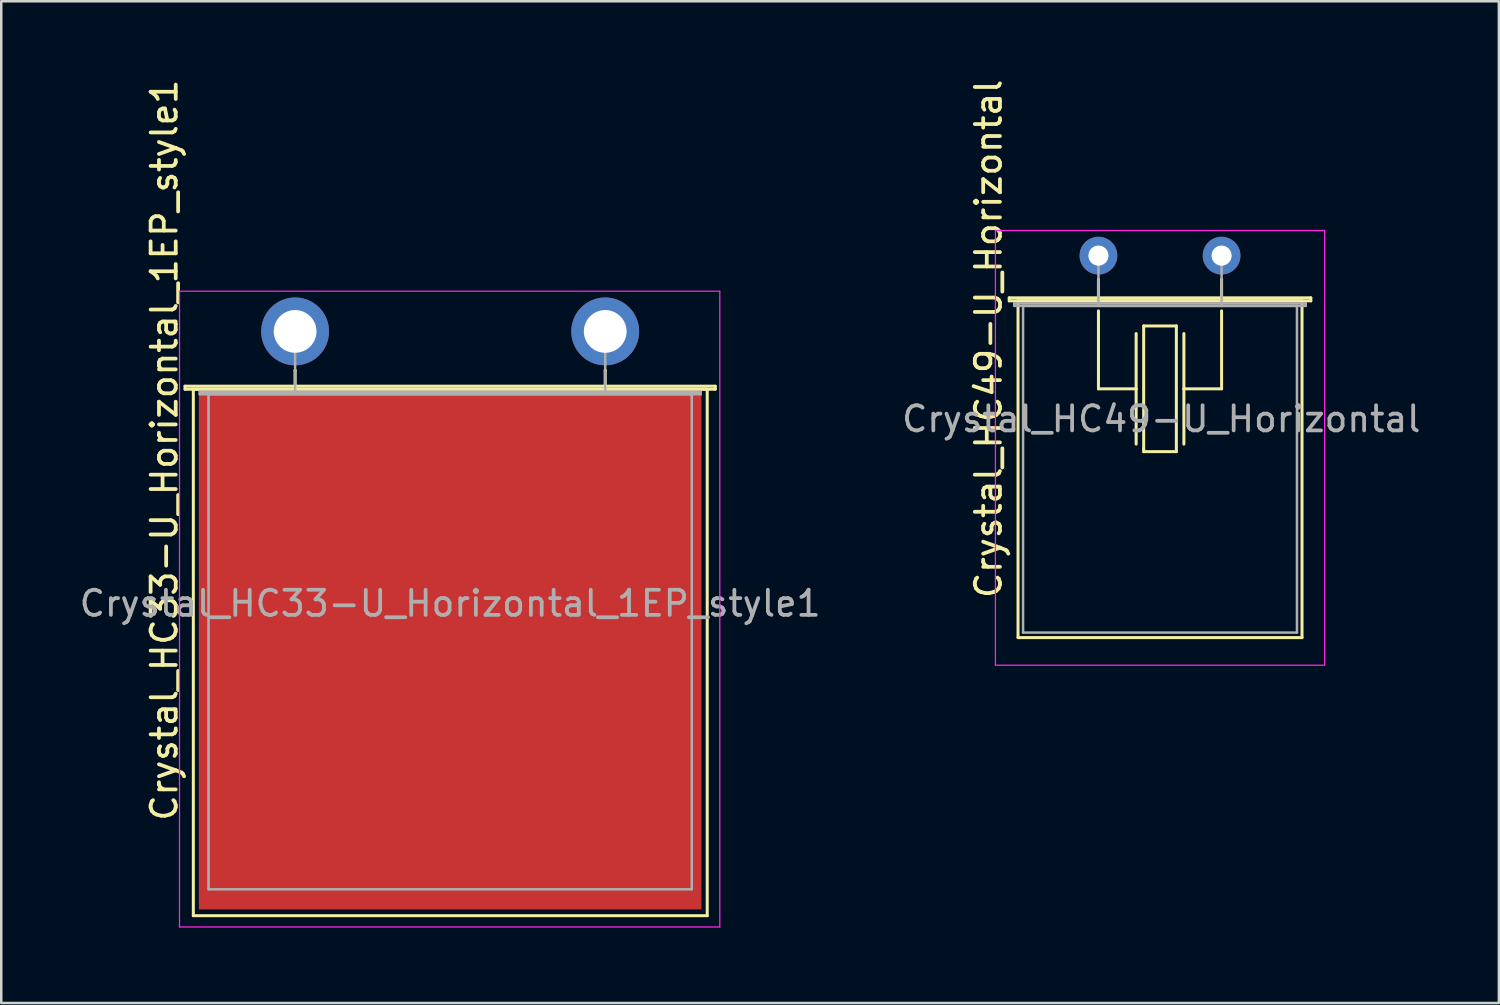
<source format=kicad_pcb>
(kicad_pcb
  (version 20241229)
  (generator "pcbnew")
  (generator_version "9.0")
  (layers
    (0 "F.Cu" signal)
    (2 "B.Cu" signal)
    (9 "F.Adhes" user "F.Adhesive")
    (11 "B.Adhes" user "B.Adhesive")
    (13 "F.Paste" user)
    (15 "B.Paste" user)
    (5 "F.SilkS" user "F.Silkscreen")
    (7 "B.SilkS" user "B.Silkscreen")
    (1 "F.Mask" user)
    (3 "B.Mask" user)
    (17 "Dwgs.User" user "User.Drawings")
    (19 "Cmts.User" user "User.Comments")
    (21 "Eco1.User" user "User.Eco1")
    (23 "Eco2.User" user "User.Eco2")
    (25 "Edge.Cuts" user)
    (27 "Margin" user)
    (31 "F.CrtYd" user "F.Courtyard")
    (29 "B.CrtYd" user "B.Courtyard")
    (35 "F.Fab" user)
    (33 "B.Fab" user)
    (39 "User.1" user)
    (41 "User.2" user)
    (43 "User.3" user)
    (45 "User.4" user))
  (footprint "Crystal_HC33-U_Horizontal_1EP_style1"
    (layer "F.Cu")
    (at 8.693 10.138)
    (property "Reference" "Crystal_HC33-U_Horizontal_1EP_style1" (at -5.205 4.725 90) (layer "F.SilkS") (effects (font (size 1 1) (thickness 0.15))))
    (attr through_hole)
    (fp_line (start -4.38 2.18) (end 16.72 2.18) (stroke (width 0.12) (type solid)) (layer "F.SilkS"))
    (fp_line (start -4.38 2.3) (end -4.38 2.18) (stroke (width 0.12) (type solid)) (layer "F.SilkS"))
    (fp_line (start -4.05 2.3) (end -4.05 23.25) (stroke (width 0.12) (type solid)) (layer "F.SilkS"))
    (fp_line (start -4.05 23.25) (end 16.4 23.25) (stroke (width 0.12) (type solid)) (layer "F.SilkS"))
    (fp_line (start 0 1.55) (end 0 1.55) (stroke (width 0.12) (type solid)) (layer "F.SilkS"))
    (fp_line (start 0 2.3) (end 0 1.55) (stroke (width 0.12) (type solid)) (layer "F.SilkS"))
    (fp_line (start 12.34 1.55) (end 12.34 1.55) (stroke (width 0.12) (type solid)) (layer "F.SilkS"))
    (fp_line (start 12.34 2.3) (end 12.34 1.55) (stroke (width 0.12) (type solid)) (layer "F.SilkS"))
    (fp_line (start 16.37 2.3) (end -4.03 2.3) (stroke (width 0.12) (type solid)) (layer "F.SilkS"))
    (fp_line (start 16.4 23.25) (end 16.4 2.3) (stroke (width 0.12) (type solid)) (layer "F.SilkS"))
    (fp_line (start 16.72 2.18) (end 16.72 2.3) (stroke (width 0.12) (type solid)) (layer "F.SilkS"))
    (fp_line (start 16.72 2.3) (end -4.38 2.3) (stroke (width 0.12) (type solid)) (layer "F.SilkS"))
    (fp_line (start -4.6 -1.6) (end -4.6 23.7) (stroke (width 0.05) (type solid)) (layer "F.CrtYd"))
    (fp_line (start -4.6 23.7) (end 16.9 23.7) (stroke (width 0.05) (type solid)) (layer "F.CrtYd"))
    (fp_line (start 16.9 -1.6) (end -4.6 -1.6) (stroke (width 0.05) (type solid)) (layer "F.CrtYd"))
    (fp_line (start 16.9 23.7) (end 16.9 -1.6) (stroke (width 0.05) (type solid)) (layer "F.CrtYd"))
    (fp_line (start -3.795 2.4) (end 16.135 2.4) (stroke (width 0.1) (type solid)) (layer "F.Fab"))
    (fp_line (start -3.795 2.5) (end -3.795 2.4) (stroke (width 0.1) (type solid)) (layer "F.Fab"))
    (fp_line (start -3.445 2.5) (end -3.445 22.2) (stroke (width 0.1) (type solid)) (layer "F.Fab"))
    (fp_line (start -3.445 22.2) (end 15.785 22.2) (stroke (width 0.1) (type solid)) (layer "F.Fab"))
    (fp_line (start 0 1.25) (end 0 0) (stroke (width 0.1) (type solid)) (layer "F.Fab"))
    (fp_line (start 0 2.5) (end 0 1.25) (stroke (width 0.1) (type solid)) (layer "F.Fab"))
    (fp_line (start 12.34 1.25) (end 12.34 0) (stroke (width 0.1) (type solid)) (layer "F.Fab"))
    (fp_line (start 12.34 2.5) (end 12.34 1.25) (stroke (width 0.1) (type solid)) (layer "F.Fab"))
    (fp_line (start 15.785 2.5) (end -3.445 2.5) (stroke (width 0.1) (type solid)) (layer "F.Fab"))
    (fp_line (start 15.785 22.2) (end 15.785 2.5) (stroke (width 0.1) (type solid)) (layer "F.Fab"))
    (fp_line (start 16.135 2.4) (end 16.135 2.5) (stroke (width 0.1) (type solid)) (layer "F.Fab"))
    (fp_line (start 16.135 2.5) (end -3.795 2.5) (stroke (width 0.1) (type solid)) (layer "F.Fab"))
    (fp_text user "${REFERENCE}" (at 6.17 10.825 0) (layer "F.Fab") (effects (font (size 1 1) (thickness 0.15))))
    (pad "1" thru_hole circle (at 0 0) (size 2.7 2.7) (drill 1.7) (layers "*.Cu" "*.Mask"))
    (pad "2" thru_hole circle (at 12.34 0) (size 2.7 2.7) (drill 1.7) (layers "*.Cu" "*.Mask"))
    (pad "3" smd rect (at 6.17 12.75) (size 20 20.5) (layers "F.Cu" "F.Mask" "F.Paste")))
  (footprint "Crystal_HC49-U_Horizontal"
    (layer "F.Cu")
    (at 40.661 7.122)
    (property "Reference" "Crystal_HC49-U_Horizontal" (at -4.375 3.312 90) (layer "F.SilkS") (effects (font (size 1 1) (thickness 0.15))))
    (attr through_hole)
    (fp_line (start -3.55 1.68) (end 8.45 1.68) (stroke (width 0.12) (type solid)) (layer "F.SilkS"))
    (fp_line (start -3.55 1.8) (end -3.55 1.68) (stroke (width 0.12) (type solid)) (layer "F.SilkS"))
    (fp_line (start -3.2 1.8) (end -3.2 15.2) (stroke (width 0.12) (type solid)) (layer "F.SilkS"))
    (fp_line (start -3.2 15.2) (end 8.1 15.2) (stroke (width 0.12) (type solid)) (layer "F.SilkS"))
    (fp_line (start 0 0.95) (end 0 0.95) (stroke (width 0.12) (type solid)) (layer "F.SilkS"))
    (fp_line (start 0 1.8) (end 0 0.95) (stroke (width 0.12) (type solid)) (layer "F.SilkS"))
    (fp_line (start 0 2.2) (end 0 5.3) (stroke (width 0.12) (type solid)) (layer "F.SilkS"))
    (fp_line (start 0 5.3) (end 1.5 5.3) (stroke (width 0.12) (type solid)) (layer "F.SilkS"))
    (fp_line (start 1.5 5.3) (end 1.5 3.1) (stroke (width 0.12) (type solid)) (layer "F.SilkS"))
    (fp_line (start 1.5 7.5) (end 1.5 5.3) (stroke (width 0.12) (type solid)) (layer "F.SilkS"))
    (fp_line (start 1.8 2.8) (end 1.8 7.7) (stroke (width 0.12) (type solid)) (layer "F.SilkS"))
    (fp_line (start 1.8 7.7) (end 1.8 7.8) (stroke (width 0.12) (type solid)) (layer "F.SilkS"))
    (fp_line (start 1.8 7.8) (end 3.1 7.8) (stroke (width 0.12) (type solid)) (layer "F.SilkS"))
    (fp_line (start 3.1 2.8) (end 1.8 2.8) (stroke (width 0.12) (type solid)) (layer "F.SilkS"))
    (fp_line (start 3.1 7.8) (end 3.1 2.8) (stroke (width 0.12) (type solid)) (layer "F.SilkS"))
    (fp_line (start 3.4 5.3) (end 3.4 3.1) (stroke (width 0.12) (type solid)) (layer "F.SilkS"))
    (fp_line (start 3.4 5.3) (end 4.9 5.3) (stroke (width 0.12) (type solid)) (layer "F.SilkS"))
    (fp_line (start 3.4 7.5) (end 3.4 5.3) (stroke (width 0.12) (type solid)) (layer "F.SilkS"))
    (fp_line (start 4.9 0.95) (end 4.9 0.95) (stroke (width 0.12) (type solid)) (layer "F.SilkS"))
    (fp_line (start 4.9 1.8) (end 4.9 0.95) (stroke (width 0.12) (type solid)) (layer "F.SilkS"))
    (fp_line (start 4.9 2.2) (end 4.9 5.3) (stroke (width 0.12) (type solid)) (layer "F.SilkS"))
    (fp_line (start 8.1 1.8) (end -3.2 1.8) (stroke (width 0.12) (type solid)) (layer "F.SilkS"))
    (fp_line (start 8.1 15.2) (end 8.1 1.8) (stroke (width 0.12) (type solid)) (layer "F.SilkS"))
    (fp_line (start 8.45 1.68) (end 8.45 1.8) (stroke (width 0.12) (type solid)) (layer "F.SilkS"))
    (fp_line (start 8.45 1.8) (end -3.55 1.8) (stroke (width 0.12) (type solid)) (layer "F.SilkS"))
    (fp_line (start -4.1 -1) (end -4.1 16.3) (stroke (width 0.05) (type solid)) (layer "F.CrtYd"))
    (fp_line (start -4.1 16.3) (end 9 16.3) (stroke (width 0.05) (type solid)) (layer "F.CrtYd"))
    (fp_line (start 9 -1) (end -4.1 -1) (stroke (width 0.05) (type solid)) (layer "F.CrtYd"))
    (fp_line (start 9 16.3) (end 9 -1) (stroke (width 0.05) (type solid)) (layer "F.CrtYd"))
    (fp_line (start -3.35 1.9) (end 8.25 1.9) (stroke (width 0.1) (type solid)) (layer "F.Fab"))
    (fp_line (start -3.35 2) (end -3.35 1.9) (stroke (width 0.1) (type solid)) (layer "F.Fab"))
    (fp_line (start -3 2) (end -3 15) (stroke (width 0.1) (type solid)) (layer "F.Fab"))
    (fp_line (start -3 15) (end 7.9 15) (stroke (width 0.1) (type solid)) (layer "F.Fab"))
    (fp_line (start 0 1) (end 0 0) (stroke (width 0.1) (type solid)) (layer "F.Fab"))
    (fp_line (start 0 2) (end 0 1) (stroke (width 0.1) (type solid)) (layer "F.Fab"))
    (fp_line (start 4.9 1) (end 4.9 0) (stroke (width 0.1) (type solid)) (layer "F.Fab"))
    (fp_line (start 4.9 2) (end 4.9 1) (stroke (width 0.1) (type solid)) (layer "F.Fab"))
    (fp_line (start 7.9 2) (end -3 2) (stroke (width 0.1) (type solid)) (layer "F.Fab"))
    (fp_line (start 7.9 15) (end 7.9 2) (stroke (width 0.1) (type solid)) (layer "F.Fab"))
    (fp_line (start 8.25 1.9) (end 8.25 2) (stroke (width 0.1) (type solid)) (layer "F.Fab"))
    (fp_line (start 8.25 2) (end -3.35 2) (stroke (width 0.1) (type solid)) (layer "F.Fab"))
    (fp_text user "${REFERENCE}" (at 2.5 6.5 0) (layer "F.Fab") (effects (font (size 1 1) (thickness 0.15))))
    (pad "1" thru_hole circle (at 0 0) (size 1.5 1.5) (drill 0.8) (layers "*.Cu" "*.Mask"))
    (pad "2" thru_hole circle (at 4.9 0) (size 1.5 1.5) (drill 0.8) (layers "*.Cu" "*.Mask")))
  (gr_rect
    (start -3 -3)
    (end 56.595 36.863)
    (stroke (width 0.1) (type default))
    (fill no)
    (layer "Edge.Cuts")))
</source>
